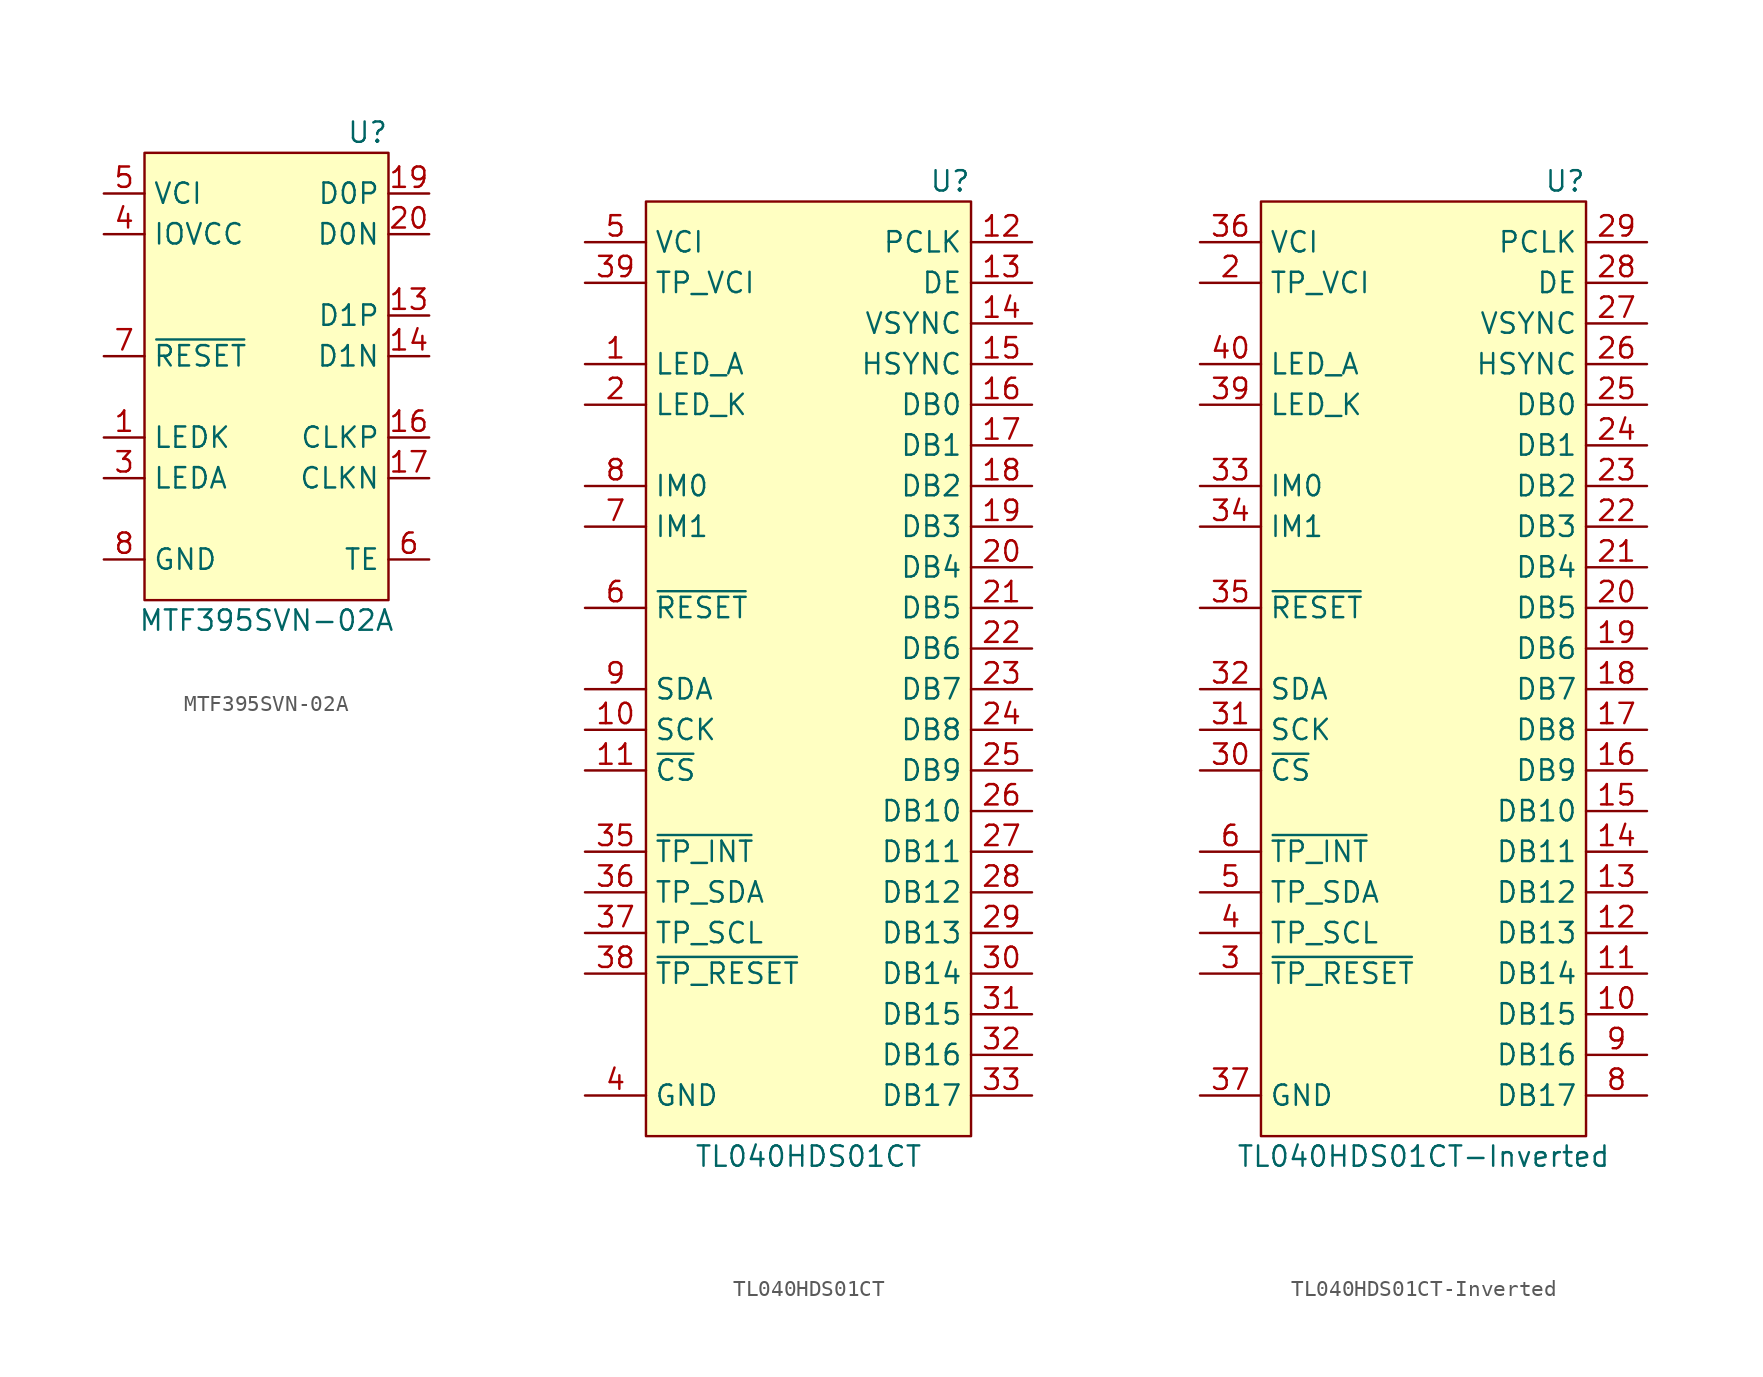
<source format=kicad_sym>
(kicad_symbol_lib
  (version 20201005)
  (generator kicad_symbol_editor)
  (symbol "Display_Graphic_Extra:MTF395SVN-02A"
    (property "Reference" "U"
      (at 7.62 16.51 0)
      (effects (font (size 1.27 1.27)) (justify right)))
    (property "Value" "MTF395SVN-02A"
      (at 0 -13.97 0)
      (effects (font (size 1.27 1.27))))
    (symbol "MTF395SVN-02A_0_1"
      (rectangle (start -7.62 15.24) (end 7.62 -12.7) (stroke (width 0)) (fill (type background))))
    (symbol "MTF395SVN-02A_1_1"
      (pin input line (at -10.16 -2.54 0) (length 2.54) (name "LEDK" (effects (font (size 1.27 1.27)))) (number "1" (effects (font (size 1.27 1.27)))))
      (pin passive line (at -10.16 -10.16 0) (length 2.54) hide (name "GND" (effects (font (size 1.27 1.27)))) (number "12" (effects (font (size 1.27 1.27)))))
      (pin bidirectional line (at 10.16 5.08 180) (length 2.54) (name "D1P" (effects (font (size 1.27 1.27)))) (number "13" (effects (font (size 1.27 1.27)))))
      (pin bidirectional line (at 10.16 2.54 180) (length 2.54) (name "D1N" (effects (font (size 1.27 1.27)))) (number "14" (effects (font (size 1.27 1.27)))))
      (pin passive line (at -10.16 -10.16 0) (length 2.54) hide (name "GND" (effects (font (size 1.27 1.27)))) (number "15" (effects (font (size 1.27 1.27)))))
      (pin bidirectional line (at 10.16 -2.54 180) (length 2.54) (name "CLKP" (effects (font (size 1.27 1.27)))) (number "16" (effects (font (size 1.27 1.27)))))
      (pin bidirectional line (at 10.16 -5.08 180) (length 2.54) (name "CLKN" (effects (font (size 1.27 1.27)))) (number "17" (effects (font (size 1.27 1.27)))))
      (pin passive line (at -10.16 -10.16 0) (length 2.54) hide (name "GND" (effects (font (size 1.27 1.27)))) (number "18" (effects (font (size 1.27 1.27)))))
      (pin bidirectional line (at 10.16 12.7 180) (length 2.54) (name "D0P" (effects (font (size 1.27 1.27)))) (number "19" (effects (font (size 1.27 1.27)))))
      (pin passive line (at -10.16 -2.54 0) (length 2.54) hide (name "LEDK" (effects (font (size 1.27 1.27)))) (number "2" (effects (font (size 1.27 1.27)))))
      (pin bidirectional line (at 10.16 10.16 180) (length 2.54) (name "D0N" (effects (font (size 1.27 1.27)))) (number "20" (effects (font (size 1.27 1.27)))))
      (pin passive line (at -10.16 -10.16 0) (length 2.54) hide (name "GND" (effects (font (size 1.27 1.27)))) (number "21" (effects (font (size 1.27 1.27)))))
      (pin passive line (at -10.16 -10.16 0) (length 2.54) hide (name "GND" (effects (font (size 1.27 1.27)))) (number "24" (effects (font (size 1.27 1.27)))))
      (pin input line (at -10.16 -5.08 0) (length 2.54) (name "LEDA" (effects (font (size 1.27 1.27)))) (number "3" (effects (font (size 1.27 1.27)))))
      (pin passive line (at -10.16 -10.16 0) (length 2.54) hide (name "GND" (effects (font (size 1.27 1.27)))) (number "30" (effects (font (size 1.27 1.27)))))
      (pin power_in line (at -10.16 10.16 0) (length 2.54) (name "IOVCC" (effects (font (size 1.27 1.27)))) (number "4" (effects (font (size 1.27 1.27)))))
      (pin power_in line (at -10.16 12.7 0) (length 2.54) (name "VCI" (effects (font (size 1.27 1.27)))) (number "5" (effects (font (size 1.27 1.27)))))
      (pin output line (at 10.16 -10.16 180) (length 2.54) (name "TE" (effects (font (size 1.27 1.27)))) (number "6" (effects (font (size 1.27 1.27)))))
      (pin input line (at -10.16 2.54 0) (length 2.54) (name "~RESET~" (effects (font (size 1.27 1.27)))) (number "7" (effects (font (size 1.27 1.27)))))
      (pin power_in line (at -10.16 -10.16 0) (length 2.54) (name "GND" (effects (font (size 1.27 1.27)))) (number "8" (effects (font (size 1.27 1.27)))))
      (pin passive line (at -10.16 -10.16 0) (length 2.54) hide (name "GND" (effects (font (size 1.27 1.27)))) (number "9" (effects (font (size 1.27 1.27)))))))
  (symbol "Display_Graphic_Extra:TL040HDS01CT"
    (property "Reference" "U"
      (at 10.16 29.21 0)
      (effects (font (size 1.27 1.27)) (justify right)))
    (property "Value" "TL040HDS01CT"
      (at 0 -31.75 0)
      (effects (font (size 1.27 1.27))))
    (symbol "TL040HDS01CT_0_1"
      (rectangle (start -10.16 27.94) (end 10.16 -30.48) (stroke (width 0)) (fill (type background))))
    (symbol "TL040HDS01CT_1_1"
      (pin input line (at -13.97 17.78 0) (length 3.81) (name "LED_A" (effects (font (size 1.27 1.27)))) (number "1" (effects (font (size 1.27 1.27)))))
      (pin input line (at -13.97 -5.08 0) (length 3.81) (name "SCK" (effects (font (size 1.27 1.27)))) (number "10" (effects (font (size 1.27 1.27)))))
      (pin input line (at -13.97 -7.62 0) (length 3.81) (name "~CS~" (effects (font (size 1.27 1.27)))) (number "11" (effects (font (size 1.27 1.27)))))
      (pin input line (at 13.97 25.4 180) (length 3.81) (name "PCLK" (effects (font (size 1.27 1.27)))) (number "12" (effects (font (size 1.27 1.27)))))
      (pin input line (at 13.97 22.86 180) (length 3.81) (name "DE" (effects (font (size 1.27 1.27)))) (number "13" (effects (font (size 1.27 1.27)))))
      (pin input line (at 13.97 20.32 180) (length 3.81) (name "VSYNC" (effects (font (size 1.27 1.27)))) (number "14" (effects (font (size 1.27 1.27)))))
      (pin input line (at 13.97 17.78 180) (length 3.81) (name "HSYNC" (effects (font (size 1.27 1.27)))) (number "15" (effects (font (size 1.27 1.27)))))
      (pin input line (at 13.97 15.24 180) (length 3.81) (name "DB0" (effects (font (size 1.27 1.27)))) (number "16" (effects (font (size 1.27 1.27)))))
      (pin input line (at 13.97 12.7 180) (length 3.81) (name "DB1" (effects (font (size 1.27 1.27)))) (number "17" (effects (font (size 1.27 1.27)))))
      (pin input line (at 13.97 10.16 180) (length 3.81) (name "DB2" (effects (font (size 1.27 1.27)))) (number "18" (effects (font (size 1.27 1.27)))))
      (pin input line (at 13.97 7.62 180) (length 3.81) (name "DB3" (effects (font (size 1.27 1.27)))) (number "19" (effects (font (size 1.27 1.27)))))
      (pin input line (at -13.97 15.24 0) (length 3.81) (name "LED_K" (effects (font (size 1.27 1.27)))) (number "2" (effects (font (size 1.27 1.27)))))
      (pin input line (at 13.97 5.08 180) (length 3.81) (name "DB4" (effects (font (size 1.27 1.27)))) (number "20" (effects (font (size 1.27 1.27)))))
      (pin input line (at 13.97 2.54 180) (length 3.81) (name "DB5" (effects (font (size 1.27 1.27)))) (number "21" (effects (font (size 1.27 1.27)))))
      (pin input line (at 13.97 0 180) (length 3.81) (name "DB6" (effects (font (size 1.27 1.27)))) (number "22" (effects (font (size 1.27 1.27)))))
      (pin input line (at 13.97 -2.54 180) (length 3.81) (name "DB7" (effects (font (size 1.27 1.27)))) (number "23" (effects (font (size 1.27 1.27)))))
      (pin input line (at 13.97 -5.08 180) (length 3.81) (name "DB8" (effects (font (size 1.27 1.27)))) (number "24" (effects (font (size 1.27 1.27)))))
      (pin input line (at 13.97 -7.62 180) (length 3.81) (name "DB9" (effects (font (size 1.27 1.27)))) (number "25" (effects (font (size 1.27 1.27)))))
      (pin input line (at 13.97 -10.16 180) (length 3.81) (name "DB10" (effects (font (size 1.27 1.27)))) (number "26" (effects (font (size 1.27 1.27)))))
      (pin input line (at 13.97 -12.7 180) (length 3.81) (name "DB11" (effects (font (size 1.27 1.27)))) (number "27" (effects (font (size 1.27 1.27)))))
      (pin input line (at 13.97 -15.24 180) (length 3.81) (name "DB12" (effects (font (size 1.27 1.27)))) (number "28" (effects (font (size 1.27 1.27)))))
      (pin input line (at 13.97 -17.78 180) (length 3.81) (name "DB13" (effects (font (size 1.27 1.27)))) (number "29" (effects (font (size 1.27 1.27)))))
      (pin passive line (at -13.97 15.24 0) (length 3.81) hide (name "LED_K" (effects (font (size 1.27 1.27)))) (number "3" (effects (font (size 1.27 1.27)))))
      (pin input line (at 13.97 -20.32 180) (length 3.81) (name "DB14" (effects (font (size 1.27 1.27)))) (number "30" (effects (font (size 1.27 1.27)))))
      (pin input line (at 13.97 -22.86 180) (length 3.81) (name "DB15" (effects (font (size 1.27 1.27)))) (number "31" (effects (font (size 1.27 1.27)))))
      (pin input line (at 13.97 -25.4 180) (length 3.81) (name "DB16" (effects (font (size 1.27 1.27)))) (number "32" (effects (font (size 1.27 1.27)))))
      (pin input line (at 13.97 -27.94 180) (length 3.81) (name "DB17" (effects (font (size 1.27 1.27)))) (number "33" (effects (font (size 1.27 1.27)))))
      (pin passive line (at -13.97 -27.94 0) (length 3.81) hide (name "GND" (effects (font (size 1.27 1.27)))) (number "34" (effects (font (size 1.27 1.27)))))
      (pin output line (at -13.97 -12.7 0) (length 3.81) (name "~TP_INT~" (effects (font (size 1.27 1.27)))) (number "35" (effects (font (size 1.27 1.27)))))
      (pin bidirectional line (at -13.97 -15.24 0) (length 3.81) (name "TP_SDA" (effects (font (size 1.27 1.27)))) (number "36" (effects (font (size 1.27 1.27)))))
      (pin input line (at -13.97 -17.78 0) (length 3.81) (name "TP_SCL" (effects (font (size 1.27 1.27)))) (number "37" (effects (font (size 1.27 1.27)))))
      (pin input line (at -13.97 -20.32 0) (length 3.81) (name "~TP_RESET~" (effects (font (size 1.27 1.27)))) (number "38" (effects (font (size 1.27 1.27)))))
      (pin power_in line (at -13.97 22.86 0) (length 3.81) (name "TP_VCI" (effects (font (size 1.27 1.27)))) (number "39" (effects (font (size 1.27 1.27)))))
      (pin power_in line (at -13.97 -27.94 0) (length 3.81) (name "GND" (effects (font (size 1.27 1.27)))) (number "4" (effects (font (size 1.27 1.27)))))
      (pin passive line (at -13.97 -27.94 0) (length 3.81) hide (name "GND" (effects (font (size 1.27 1.27)))) (number "40" (effects (font (size 1.27 1.27)))))
      (pin power_in line (at -13.97 25.4 0) (length 3.81) (name "VCI" (effects (font (size 1.27 1.27)))) (number "5" (effects (font (size 1.27 1.27)))))
      (pin input line (at -13.97 2.54 0) (length 3.81) (name "~RESET~" (effects (font (size 1.27 1.27)))) (number "6" (effects (font (size 1.27 1.27)))))
      (pin bidirectional line (at -13.97 7.62 0) (length 3.81) (name "IM1" (effects (font (size 1.27 1.27)))) (number "7" (effects (font (size 1.27 1.27)))))
      (pin bidirectional line (at -13.97 10.16 0) (length 3.81) (name "IM0" (effects (font (size 1.27 1.27)))) (number "8" (effects (font (size 1.27 1.27)))))
      (pin bidirectional line (at -13.97 -2.54 0) (length 3.81) (name "SDA" (effects (font (size 1.27 1.27)))) (number "9" (effects (font (size 1.27 1.27)))))))
  (symbol "Display_Graphic_Extra:TL040HDS01CT-Inverted"
    (property "Reference" "U"
      (at 10.16 29.21 0)
      (effects (font (size 1.27 1.27)) (justify right)))
    (property "Value" "TL040HDS01CT-Inverted"
      (at 0 -31.75 0)
      (effects (font (size 1.27 1.27))))
    (symbol "TL040HDS01CT-Inverted_0_1"
      (rectangle (start -10.16 27.94) (end 10.16 -30.48) (stroke (width 0)) (fill (type background))))
    (symbol "TL040HDS01CT-Inverted_1_1"
      (pin passive line (at -13.97 -27.94 0) (length 3.81) hide (name "GND" (effects (font (size 1.27 1.27)))) (number "1" (effects (font (size 1.27 1.27)))))
      (pin input line (at 13.97 -22.86 180) (length 3.81) (name "DB15" (effects (font (size 1.27 1.27)))) (number "10" (effects (font (size 1.27 1.27)))))
      (pin input line (at 13.97 -20.32 180) (length 3.81) (name "DB14" (effects (font (size 1.27 1.27)))) (number "11" (effects (font (size 1.27 1.27)))))
      (pin input line (at 13.97 -17.78 180) (length 3.81) (name "DB13" (effects (font (size 1.27 1.27)))) (number "12" (effects (font (size 1.27 1.27)))))
      (pin input line (at 13.97 -15.24 180) (length 3.81) (name "DB12" (effects (font (size 1.27 1.27)))) (number "13" (effects (font (size 1.27 1.27)))))
      (pin input line (at 13.97 -12.7 180) (length 3.81) (name "DB11" (effects (font (size 1.27 1.27)))) (number "14" (effects (font (size 1.27 1.27)))))
      (pin input line (at 13.97 -10.16 180) (length 3.81) (name "DB10" (effects (font (size 1.27 1.27)))) (number "15" (effects (font (size 1.27 1.27)))))
      (pin input line (at 13.97 -7.62 180) (length 3.81) (name "DB9" (effects (font (size 1.27 1.27)))) (number "16" (effects (font (size 1.27 1.27)))))
      (pin input line (at 13.97 -5.08 180) (length 3.81) (name "DB8" (effects (font (size 1.27 1.27)))) (number "17" (effects (font (size 1.27 1.27)))))
      (pin input line (at 13.97 -2.54 180) (length 3.81) (name "DB7" (effects (font (size 1.27 1.27)))) (number "18" (effects (font (size 1.27 1.27)))))
      (pin input line (at 13.97 0 180) (length 3.81) (name "DB6" (effects (font (size 1.27 1.27)))) (number "19" (effects (font (size 1.27 1.27)))))
      (pin power_in line (at -13.97 22.86 0) (length 3.81) (name "TP_VCI" (effects (font (size 1.27 1.27)))) (number "2" (effects (font (size 1.27 1.27)))))
      (pin input line (at 13.97 2.54 180) (length 3.81) (name "DB5" (effects (font (size 1.27 1.27)))) (number "20" (effects (font (size 1.27 1.27)))))
      (pin input line (at 13.97 5.08 180) (length 3.81) (name "DB4" (effects (font (size 1.27 1.27)))) (number "21" (effects (font (size 1.27 1.27)))))
      (pin input line (at 13.97 7.62 180) (length 3.81) (name "DB3" (effects (font (size 1.27 1.27)))) (number "22" (effects (font (size 1.27 1.27)))))
      (pin input line (at 13.97 10.16 180) (length 3.81) (name "DB2" (effects (font (size 1.27 1.27)))) (number "23" (effects (font (size 1.27 1.27)))))
      (pin input line (at 13.97 12.7 180) (length 3.81) (name "DB1" (effects (font (size 1.27 1.27)))) (number "24" (effects (font (size 1.27 1.27)))))
      (pin input line (at 13.97 15.24 180) (length 3.81) (name "DB0" (effects (font (size 1.27 1.27)))) (number "25" (effects (font (size 1.27 1.27)))))
      (pin input line (at 13.97 17.78 180) (length 3.81) (name "HSYNC" (effects (font (size 1.27 1.27)))) (number "26" (effects (font (size 1.27 1.27)))))
      (pin input line (at 13.97 20.32 180) (length 3.81) (name "VSYNC" (effects (font (size 1.27 1.27)))) (number "27" (effects (font (size 1.27 1.27)))))
      (pin input line (at 13.97 22.86 180) (length 3.81) (name "DE" (effects (font (size 1.27 1.27)))) (number "28" (effects (font (size 1.27 1.27)))))
      (pin input line (at 13.97 25.4 180) (length 3.81) (name "PCLK" (effects (font (size 1.27 1.27)))) (number "29" (effects (font (size 1.27 1.27)))))
      (pin input line (at -13.97 -20.32 0) (length 3.81) (name "~TP_RESET~" (effects (font (size 1.27 1.27)))) (number "3" (effects (font (size 1.27 1.27)))))
      (pin input line (at -13.97 -7.62 0) (length 3.81) (name "~CS~" (effects (font (size 1.27 1.27)))) (number "30" (effects (font (size 1.27 1.27)))))
      (pin input line (at -13.97 -5.08 0) (length 3.81) (name "SCK" (effects (font (size 1.27 1.27)))) (number "31" (effects (font (size 1.27 1.27)))))
      (pin bidirectional line (at -13.97 -2.54 0) (length 3.81) (name "SDA" (effects (font (size 1.27 1.27)))) (number "32" (effects (font (size 1.27 1.27)))))
      (pin bidirectional line (at -13.97 10.16 0) (length 3.81) (name "IM0" (effects (font (size 1.27 1.27)))) (number "33" (effects (font (size 1.27 1.27)))))
      (pin bidirectional line (at -13.97 7.62 0) (length 3.81) (name "IM1" (effects (font (size 1.27 1.27)))) (number "34" (effects (font (size 1.27 1.27)))))
      (pin input line (at -13.97 2.54 0) (length 3.81) (name "~RESET~" (effects (font (size 1.27 1.27)))) (number "35" (effects (font (size 1.27 1.27)))))
      (pin power_in line (at -13.97 25.4 0) (length 3.81) (name "VCI" (effects (font (size 1.27 1.27)))) (number "36" (effects (font (size 1.27 1.27)))))
      (pin power_in line (at -13.97 -27.94 0) (length 3.81) (name "GND" (effects (font (size 1.27 1.27)))) (number "37" (effects (font (size 1.27 1.27)))))
      (pin passive line (at -13.97 15.24 0) (length 3.81) hide (name "LED_K" (effects (font (size 1.27 1.27)))) (number "38" (effects (font (size 1.27 1.27)))))
      (pin input line (at -13.97 15.24 0) (length 3.81) (name "LED_K" (effects (font (size 1.27 1.27)))) (number "39" (effects (font (size 1.27 1.27)))))
      (pin input line (at -13.97 -17.78 0) (length 3.81) (name "TP_SCL" (effects (font (size 1.27 1.27)))) (number "4" (effects (font (size 1.27 1.27)))))
      (pin input line (at -13.97 17.78 0) (length 3.81) (name "LED_A" (effects (font (size 1.27 1.27)))) (number "40" (effects (font (size 1.27 1.27)))))
      (pin bidirectional line (at -13.97 -15.24 0) (length 3.81) (name "TP_SDA" (effects (font (size 1.27 1.27)))) (number "5" (effects (font (size 1.27 1.27)))))
      (pin output line (at -13.97 -12.7 0) (length 3.81) (name "~TP_INT~" (effects (font (size 1.27 1.27)))) (number "6" (effects (font (size 1.27 1.27)))))
      (pin passive line (at -13.97 -27.94 0) (length 3.81) hide (name "GND" (effects (font (size 1.27 1.27)))) (number "7" (effects (font (size 1.27 1.27)))))
      (pin input line (at 13.97 -27.94 180) (length 3.81) (name "DB17" (effects (font (size 1.27 1.27)))) (number "8" (effects (font (size 1.27 1.27)))))
      (pin input line (at 13.97 -25.4 180) (length 3.81) (name "DB16" (effects (font (size 1.27 1.27)))) (number "9" (effects (font (size 1.27 1.27))))))))
</source>
